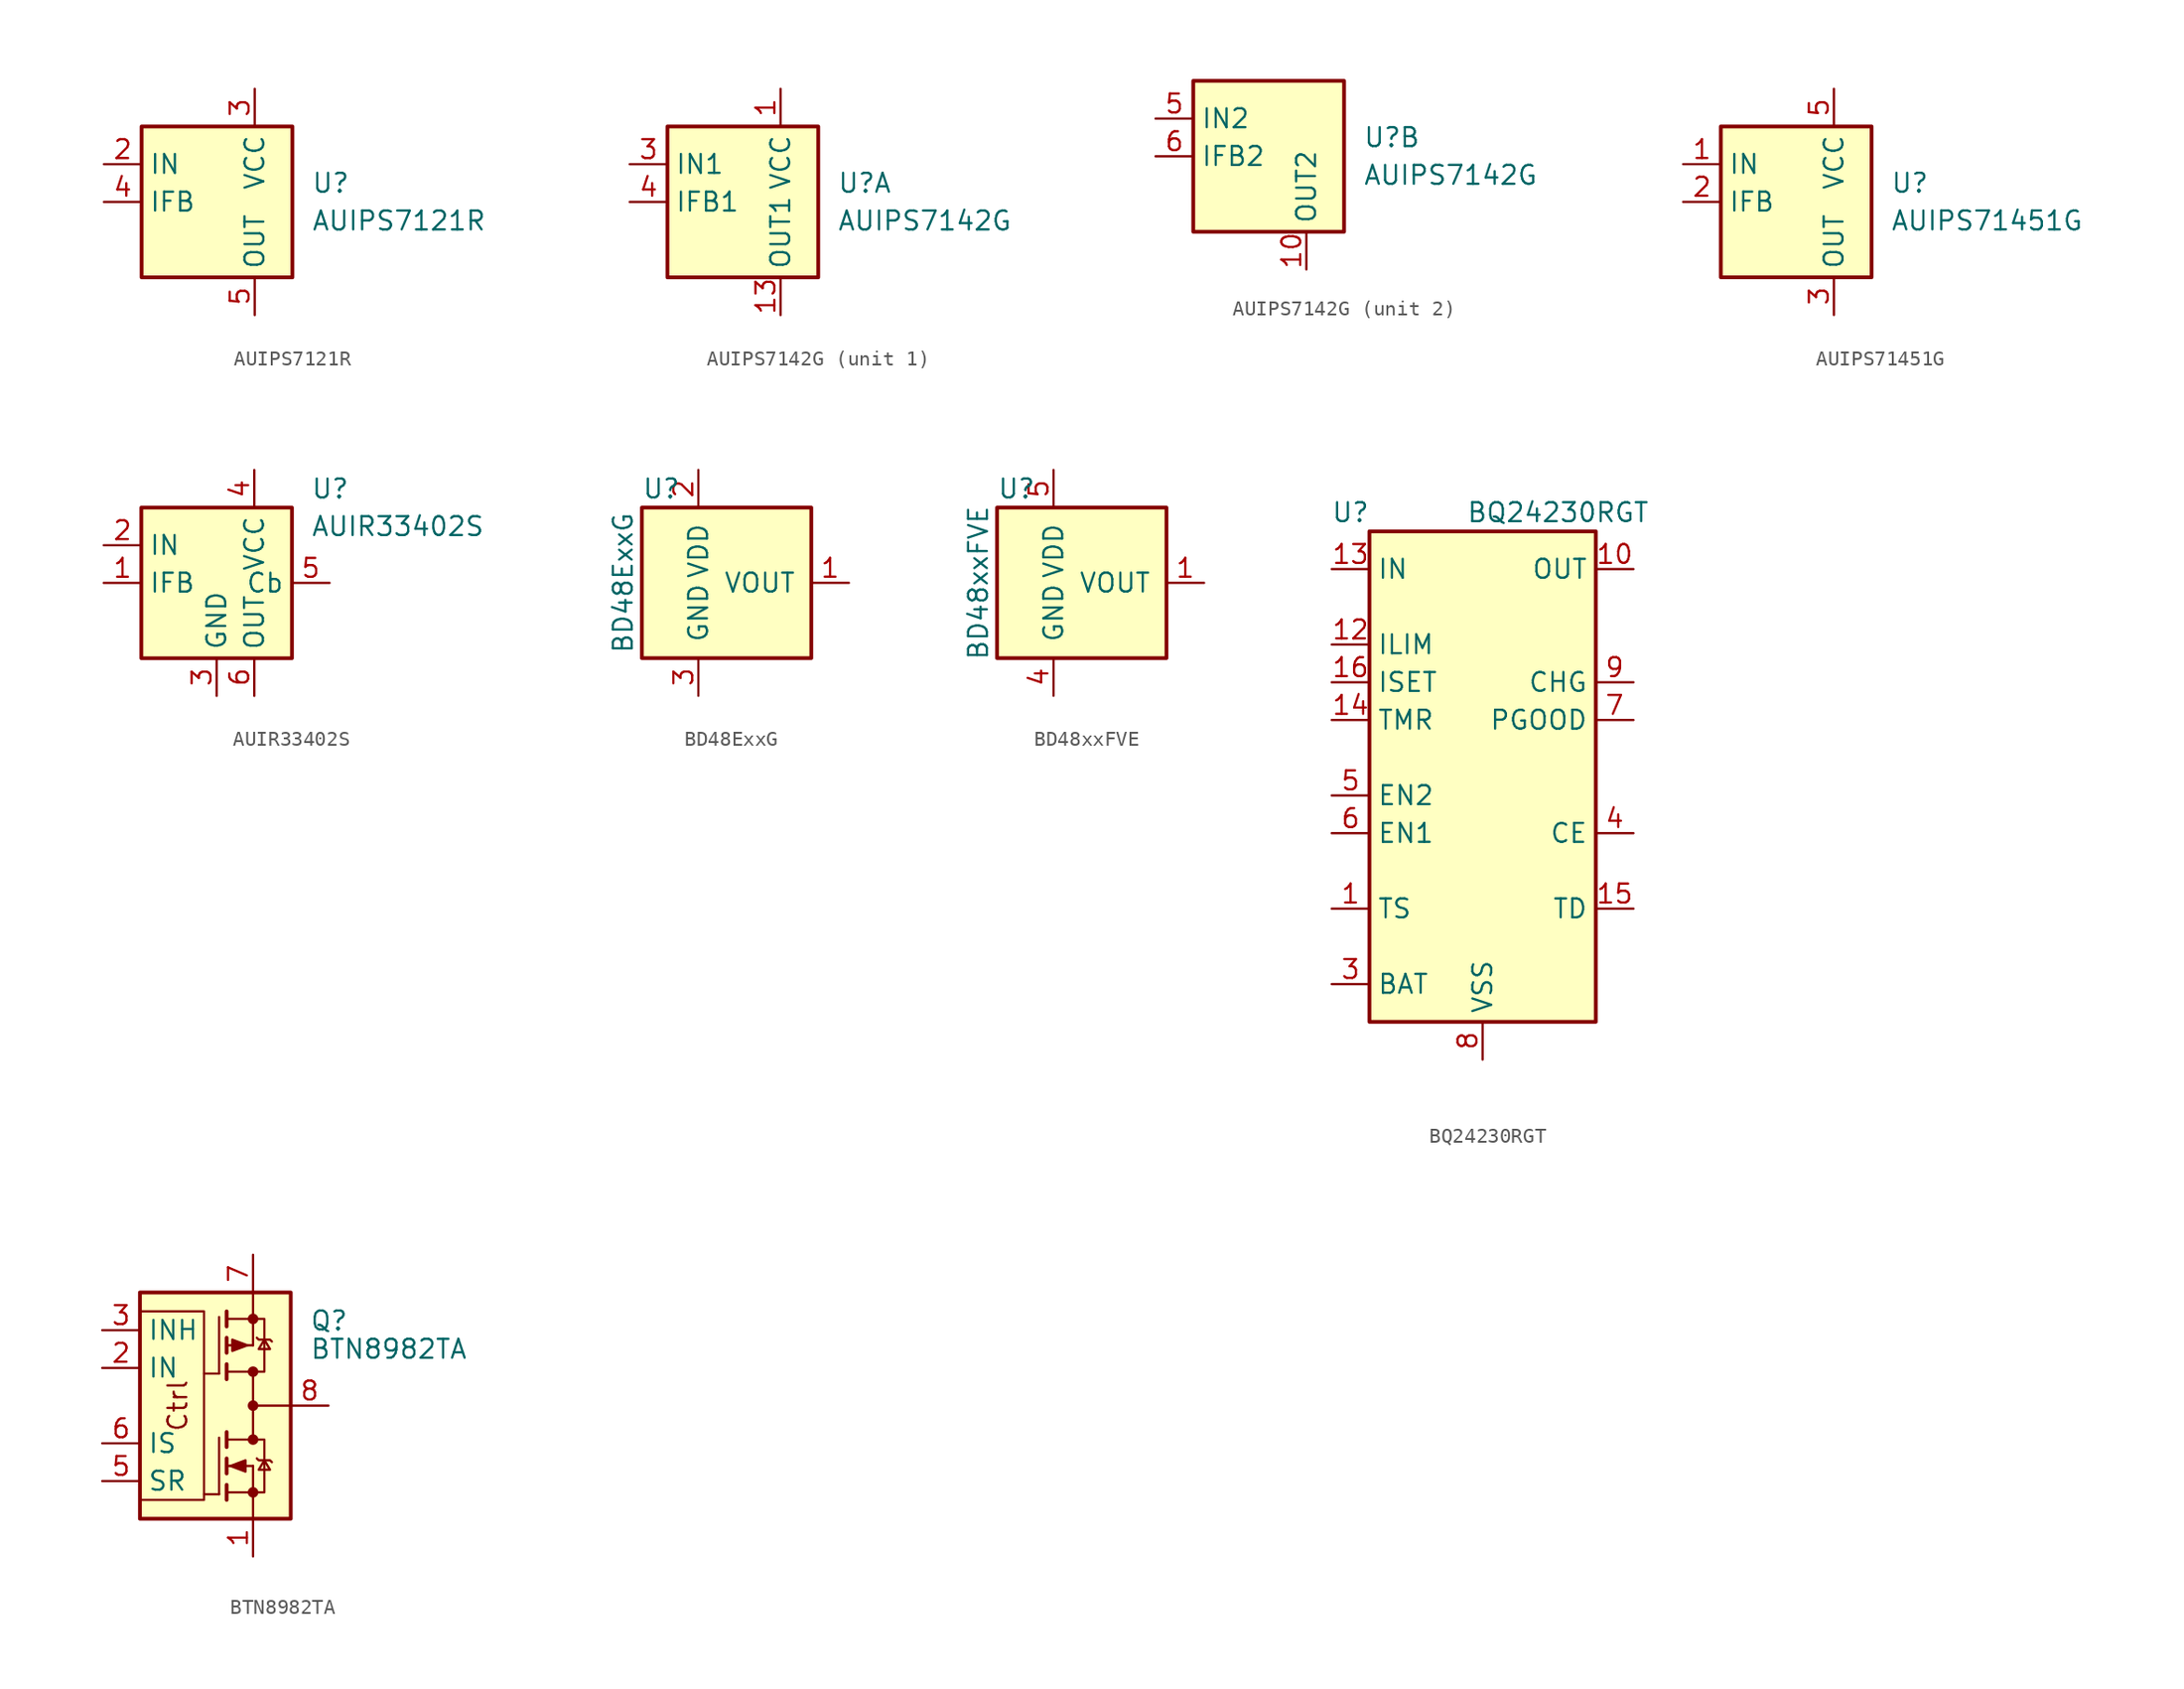
<source format=kicad_sym>
(kicad_symbol_lib
  (version 20241209)
  (generator "kicad_symbol_editor")
  (generator_version "9.0")
  (symbol "AUIPS7121R"
    (property "Reference" "U"
      (at 3.81 1.27 0)
      (effects (font (size 1.27 1.27)) (justify left)))
    (property "Value" "AUIPS7121R"
      (at 3.81 -1.27 0)
      (effects (font (size 1.27 1.27)) (justify left)))
    (symbol "AUIPS7121R_0_1"
      (rectangle (start -7.62 5.08) (end 2.54 -5.08) (stroke (width 0.254) (type default)) (fill (type background))))
    (symbol "AUIPS7121R_1_1"
      (pin input line (at -10.16 2.54 0) (length 2.54) (name "IN" (effects (font (size 1.27 1.27)))) (number "2" (effects (font (size 1.27 1.27)))))
      (pin output line (at -10.16 0 0) (length 2.54) (name "IFB" (effects (font (size 1.27 1.27)))) (number "4" (effects (font (size 1.27 1.27)))))
      (pin no_connect line (at -7.62 -2.54 0) (length 2.54) (hide yes) (name "NC" (effects (font (size 1.27 1.27)))) (number "1" (effects (font (size 1.27 1.27)))))
      (pin power_in line (at 0 7.62 270) (length 2.54) (name "VCC" (effects (font (size 1.27 1.27)))) (number "3" (effects (font (size 1.27 1.27)))))
      (pin power_out line (at 0 -7.62 90) (length 2.54) (name "OUT" (effects (font (size 1.27 1.27)))) (number "5" (effects (font (size 1.27 1.27)))))))
  (symbol "AUIPS7142G"
    (property "Reference" "U"
      (at 3.81 1.27 0)
      (effects (font (size 1.27 1.27)) (justify left)))
    (property "Value" "AUIPS7142G"
      (at 3.81 -1.27 0)
      (effects (font (size 1.27 1.27)) (justify left)))
    (symbol "AUIPS7142G_0_1"
      (rectangle (start -7.62 5.08) (end 2.54 -5.08) (stroke (width 0.254) (type default)) (fill (type background))))
    (symbol "AUIPS7142G_1_1"
      (pin input line (at -10.16 2.54 0) (length 2.54) (name "IN1" (effects (font (size 1.27 1.27)))) (number "3" (effects (font (size 1.27 1.27)))))
      (pin output line (at -10.16 0 0) (length 2.54) (name "IFB1" (effects (font (size 1.27 1.27)))) (number "4" (effects (font (size 1.27 1.27)))))
      (pin power_in line (at 0 7.62 270) (length 2.54) (name "VCC" (effects (font (size 1.27 1.27)))) (number "1" (effects (font (size 1.27 1.27)))))
      (pin passive line (at 0 7.62 270) (length 2.54) (hide yes) (name "VCC" (effects (font (size 1.27 1.27)))) (number "16" (effects (font (size 1.27 1.27)))))
      (pin passive line (at 0 7.62 270) (length 2.54) (hide yes) (name "VCC" (effects (font (size 1.27 1.27)))) (number "2" (effects (font (size 1.27 1.27)))))
      (pin passive line (at 0 7.62 270) (length 2.54) (hide yes) (name "VCC" (effects (font (size 1.27 1.27)))) (number "7" (effects (font (size 1.27 1.27)))))
      (pin passive line (at 0 7.62 270) (length 2.54) (hide yes) (name "VCC" (effects (font (size 1.27 1.27)))) (number "8" (effects (font (size 1.27 1.27)))))
      (pin passive line (at 0 7.62 270) (length 2.54) (hide yes) (name "VCC" (effects (font (size 1.27 1.27)))) (number "9" (effects (font (size 1.27 1.27)))))
      (pin power_out line (at 0 -7.62 90) (length 2.54) (name "OUT1" (effects (font (size 1.27 1.27)))) (number "13" (effects (font (size 1.27 1.27)))))
      (pin passive line (at 0 -7.62 90) (length 2.54) (hide yes) (name "OUT1" (effects (font (size 1.27 1.27)))) (number "14" (effects (font (size 1.27 1.27)))))
      (pin passive line (at 0 -7.62 90) (length 2.54) (hide yes) (name "OUT1" (effects (font (size 1.27 1.27)))) (number "15" (effects (font (size 1.27 1.27))))))
    (symbol "AUIPS7142G_2_1"
      (pin input line (at -10.16 2.54 0) (length 2.54) (name "IN2" (effects (font (size 1.27 1.27)))) (number "5" (effects (font (size 1.27 1.27)))))
      (pin output line (at -10.16 0 0) (length 2.54) (name "IFB2" (effects (font (size 1.27 1.27)))) (number "6" (effects (font (size 1.27 1.27)))))
      (pin power_out line (at 0 -7.62 90) (length 2.54) (name "OUT2" (effects (font (size 1.27 1.27)))) (number "10" (effects (font (size 1.27 1.27)))))
      (pin passive line (at 0 -7.62 90) (length 2.54) (hide yes) (name "OUT2" (effects (font (size 1.27 1.27)))) (number "11" (effects (font (size 1.27 1.27)))))
      (pin passive line (at 0 -7.62 90) (length 2.54) (hide yes) (name "OUT2" (effects (font (size 1.27 1.27)))) (number "12" (effects (font (size 1.27 1.27)))))))
  (symbol "AUIPS71451G"
    (property "Reference" "U"
      (at 3.81 1.27 0)
      (effects (font (size 1.27 1.27)) (justify left)))
    (property "Value" "AUIPS71451G"
      (at 3.81 -1.27 0)
      (effects (font (size 1.27 1.27)) (justify left)))
    (symbol "AUIPS71451G_0_1"
      (rectangle (start -7.62 5.08) (end 2.54 -5.08) (stroke (width 0.254) (type default)) (fill (type background))))
    (symbol "AUIPS71451G_1_1"
      (pin input line (at -10.16 2.54 0) (length 2.54) (name "IN" (effects (font (size 1.27 1.27)))) (number "1" (effects (font (size 1.27 1.27)))))
      (pin output line (at -10.16 0 0) (length 2.54) (name "IFB" (effects (font (size 1.27 1.27)))) (number "2" (effects (font (size 1.27 1.27)))))
      (pin power_in line (at 0 7.62 270) (length 2.54) (name "VCC" (effects (font (size 1.27 1.27)))) (number "5" (effects (font (size 1.27 1.27)))))
      (pin passive line (at 0 7.62 270) (length 2.54) (hide yes) (name "VCC" (effects (font (size 1.27 1.27)))) (number "6" (effects (font (size 1.27 1.27)))))
      (pin passive line (at 0 7.62 270) (length 2.54) (hide yes) (name "VCC" (effects (font (size 1.27 1.27)))) (number "7" (effects (font (size 1.27 1.27)))))
      (pin passive line (at 0 7.62 270) (length 2.54) (hide yes) (name "VCC" (effects (font (size 1.27 1.27)))) (number "8" (effects (font (size 1.27 1.27)))))
      (pin power_out line (at 0 -7.62 90) (length 2.54) (name "OUT" (effects (font (size 1.27 1.27)))) (number "3" (effects (font (size 1.27 1.27)))))
      (pin passive line (at 0 -7.62 90) (length 2.54) (hide yes) (name "OUT" (effects (font (size 1.27 1.27)))) (number "4" (effects (font (size 1.27 1.27)))))))
  (symbol "AUIR33402S"
    (property "Reference" "U"
      (at 3.81 6.35 0)
      (effects (font (size 1.27 1.27)) (justify left)))
    (property "Value" "AUIR33402S"
      (at 3.81 3.81 0)
      (effects (font (size 1.27 1.27)) (justify left)))
    (symbol "AUIR33402S_0_1"
      (rectangle (start -7.62 5.08) (end 2.54 -5.08) (stroke (width 0.254) (type default)) (fill (type background))))
    (symbol "AUIR33402S_1_1"
      (pin input line (at -10.16 2.54 0) (length 2.54) (name "IN" (effects (font (size 1.27 1.27)))) (number "2" (effects (font (size 1.27 1.27)))))
      (pin output line (at -10.16 0 0) (length 2.54) (name "IFB" (effects (font (size 1.27 1.27)))) (number "1" (effects (font (size 1.27 1.27)))))
      (pin power_in line (at -2.54 -7.62 90) (length 2.54) (name "GND" (effects (font (size 1.27 1.27)))) (number "3" (effects (font (size 1.27 1.27)))))
      (pin power_in line (at 0 7.62 270) (length 2.54) (name "VCC" (effects (font (size 1.27 1.27)))) (number "4" (effects (font (size 1.27 1.27)))))
      (pin power_out line (at 0 -7.62 90) (length 2.54) (name "OUT" (effects (font (size 1.27 1.27)))) (number "6" (effects (font (size 1.27 1.27)))))
      (pin passive line (at 0 -7.62 90) (length 2.54) (hide yes) (name "OUT" (effects (font (size 1.27 1.27)))) (number "7" (effects (font (size 1.27 1.27)))))
      (pin passive line (at 5.08 0 180) (length 2.54) (name "Cb" (effects (font (size 1.27 1.27)))) (number "5" (effects (font (size 1.27 1.27)))))))
  (symbol "BD48ExxG"
    (pin_names
      (offset 1.016))
    (property "Reference" "U"
      (at -3.81 6.35 0)
      (effects (font (size 1.27 1.27)) (justify left)))
    (property "Value" "BD48ExxG"
      (at -5.08 0 90)
      (effects (font (size 1.27 1.27))))
    (symbol "BD48ExxG_1_1"
      (rectangle (start -3.81 5.08) (end 7.62 -5.08) (stroke (width 0.254) (type default)) (fill (type background)))
      (pin power_in line (at 0 7.62 270) (length 2.54) (name "VDD" (effects (font (size 1.27 1.27)))) (number "2" (effects (font (size 1.27 1.27)))))
      (pin power_in line (at 0 -7.62 90) (length 2.54) (name "GND" (effects (font (size 1.27 1.27)))) (number "3" (effects (font (size 1.27 1.27)))))
      (pin output line (at 10.16 0 180) (length 2.54) (name "VOUT" (effects (font (size 1.27 1.27)))) (number "1" (effects (font (size 1.27 1.27)))))))
  (symbol "BD48xxFVE"
    (pin_names
      (offset 1.016))
    (property "Reference" "U"
      (at -3.81 6.35 0)
      (effects (font (size 1.27 1.27)) (justify left)))
    (property "Value" "BD48xxFVE"
      (at -5.08 0 90)
      (effects (font (size 1.27 1.27))))
    (symbol "BD48xxFVE_1_1"
      (rectangle (start -3.81 5.08) (end 7.62 -5.08) (stroke (width 0.254) (type default)) (fill (type background)))
      (pin power_in line (at 0 7.62 270) (length 2.54) (name "VDD" (effects (font (size 1.27 1.27)))) (number "5" (effects (font (size 1.27 1.27)))))
      (pin passive line (at 0 -7.62 90) (length 2.54) (hide yes) (name "GND" (effects (font (size 1.27 1.27)))) (number "2" (effects (font (size 1.27 1.27)))))
      (pin power_in line (at 0 -7.62 90) (length 2.54) (name "GND" (effects (font (size 1.27 1.27)))) (number "4" (effects (font (size 1.27 1.27)))))
      (pin output line (at 10.16 0 180) (length 2.54) (name "VOUT" (effects (font (size 1.27 1.27)))) (number "1" (effects (font (size 1.27 1.27)))))))
  (symbol "BQ24230RGT"
    (property "Reference" "U"
      (at -8.89 19.05 0)
      (effects (font (size 1.27 1.27))))
    (property "Value" "BQ24230RGT"
      (at 5.08 19.05 0)
      (effects (font (size 1.27 1.27))))
    (symbol "BQ24230RGT_0_1"
      (rectangle (start -7.62 17.78) (end 7.62 -15.24) (stroke (width 0.254) (type default)) (fill (type background))))
    (symbol "BQ24230RGT_1_1"
      (pin power_in line (at -10.16 15.24 0) (length 2.54) (name "IN" (effects (font (size 1.27 1.27)))) (number "13" (effects (font (size 1.27 1.27)))))
      (pin passive line (at -10.16 10.16 0) (length 2.54) (name "ILIM" (effects (font (size 1.27 1.27)))) (number "12" (effects (font (size 1.27 1.27)))))
      (pin passive line (at -10.16 7.62 0) (length 2.54) (name "ISET" (effects (font (size 1.27 1.27)))) (number "16" (effects (font (size 1.27 1.27)))))
      (pin passive line (at -10.16 5.08 0) (length 2.54) (name "TMR" (effects (font (size 1.27 1.27)))) (number "14" (effects (font (size 1.27 1.27)))))
      (pin input line (at -10.16 0 0) (length 2.54) (name "EN2" (effects (font (size 1.27 1.27)))) (number "5" (effects (font (size 1.27 1.27)))))
      (pin input line (at -10.16 -2.54 0) (length 2.54) (name "EN1" (effects (font (size 1.27 1.27)))) (number "6" (effects (font (size 1.27 1.27)))))
      (pin passive line (at -10.16 -7.62 0) (length 2.54) (name "TS" (effects (font (size 1.27 1.27)))) (number "1" (effects (font (size 1.27 1.27)))))
      (pin bidirectional line (at -10.16 -12.7 0) (length 2.54) (hide yes) (name "BAT" (effects (font (size 1.27 1.27)))) (number "2" (effects (font (size 1.27 1.27)))))
      (pin bidirectional line (at -10.16 -12.7 0) (length 2.54) (name "BAT" (effects (font (size 1.27 1.27)))) (number "3" (effects (font (size 1.27 1.27)))))
      (pin passive line (at 0 -17.78 90) (length 2.54) (hide yes) (name "VSS" (effects (font (size 1.27 1.27)))) (number "17" (effects (font (size 1.27 1.27)))))
      (pin power_in line (at 0 -17.78 90) (length 2.54) (name "VSS" (effects (font (size 1.27 1.27)))) (number "8" (effects (font (size 1.27 1.27)))))
      (pin power_out line (at 10.16 15.24 180) (length 2.54) (name "OUT" (effects (font (size 1.27 1.27)))) (number "10" (effects (font (size 1.27 1.27)))))
      (pin passive line (at 10.16 15.24 180) (length 2.54) (hide yes) (name "OUT" (effects (font (size 1.27 1.27)))) (number "11" (effects (font (size 1.27 1.27)))))
      (pin open_collector line (at 10.16 7.62 180) (length 2.54) (name "CHG" (effects (font (size 1.27 1.27)))) (number "9" (effects (font (size 1.27 1.27)))))
      (pin open_collector line (at 10.16 5.08 180) (length 2.54) (name "PGOOD" (effects (font (size 1.27 1.27)))) (number "7" (effects (font (size 1.27 1.27)))))
      (pin input line (at 10.16 -2.54 180) (length 2.54) (name "CE" (effects (font (size 1.27 1.27)))) (number "4" (effects (font (size 1.27 1.27)))))
      (pin input line (at 10.16 -7.62 180) (length 2.54) (name "TD" (effects (font (size 1.27 1.27)))) (number "15" (effects (font (size 1.27 1.27)))))))
  (symbol "BTN8982TA"
    (property "Reference" "Q"
      (at 6.35 5.715 0)
      (effects (font (size 1.27 1.27)) (justify left)))
    (property "Value" "BTN8982TA"
      (at 6.35 3.81 0)
      (effects (font (size 1.27 1.27)) (justify left)))
    (symbol "BTN8982TA_0_1"
      (rectangle (start -5.08 7.62) (end 5.08 -7.62) (stroke (width 0.254) (type default)) (fill (type background)))
      (polyline (pts (xy -5.08 6.35) (xy -0.762 6.35) (xy -0.762 -6.35) (xy -5.08 -6.35)) (stroke (width 0) (type default)) (fill (type none)))
      (polyline (pts (xy 0.254 2.159) (xy -0.762 2.159)) (stroke (width 0) (type default)) (fill (type none)))
      (polyline (pts (xy 0.254 -5.969) (xy -0.762 -5.969)) (stroke (width 0) (type default)) (fill (type none)))
      (polyline (pts (xy 2.54 2.286) (xy 2.54 -2.286)) (stroke (width 0) (type default)) (fill (type none)))
      (polyline (pts (xy 2.54 0) (xy 5.08 0)) (stroke (width 0) (type default)) (fill (type none)))
      (polyline (pts (xy 2.54 -5.842) (xy 2.54 -7.62) (xy 2.54 -6.858)) (stroke (width 0) (type default)) (fill (type none))))
    (symbol "BTN8982TA_1_0"
      (text "Ctrl" (at -2.54 0 900) (effects (font (size 1.27 1.27)))))
    (symbol "BTN8982TA_1_1"
      (polyline (pts (xy 0.254 5.969) (xy 0.254 2.159) (xy 0.254 2.159)) (stroke (width 0) (type default)) (fill (type none)))
      (polyline (pts (xy 0.254 -2.159) (xy 0.254 -5.969) (xy 0.254 -5.969)) (stroke (width 0) (type default)) (fill (type none)))
      (polyline (pts (xy 0.762 6.35) (xy 0.762 5.334)) (stroke (width 0.254) (type default)) (fill (type none)))
      (polyline (pts (xy 0.762 5.842) (xy 2.54 5.842)) (stroke (width 0) (type default)) (fill (type none)))
      (polyline (pts (xy 0.762 4.572) (xy 0.762 3.556)) (stroke (width 0.254) (type default)) (fill (type none)))
      (polyline (pts (xy 0.762 4.064) (xy 2.54 4.064)) (stroke (width 0) (type default)) (fill (type none)))
      (polyline (pts (xy 0.762 2.794) (xy 0.762 1.778)) (stroke (width 0.254) (type default)) (fill (type none)))
      (polyline (pts (xy 0.762 2.286) (xy 2.54 2.286)) (stroke (width 0) (type default)) (fill (type none)))
      (polyline (pts (xy 0.762 -1.778) (xy 0.762 -2.794)) (stroke (width 0.254) (type default)) (fill (type none)))
      (polyline (pts (xy 0.762 -2.286) (xy 2.54 -2.286)) (stroke (width 0) (type default)) (fill (type none)))
      (polyline (pts (xy 0.762 -3.556) (xy 0.762 -4.572)) (stroke (width 0.254) (type default)) (fill (type none)))
      (polyline (pts (xy 0.762 -4.064) (xy 2.54 -4.064)) (stroke (width 0) (type default)) (fill (type none)))
      (polyline (pts (xy 0.762 -5.334) (xy 0.762 -6.35)) (stroke (width 0.254) (type default)) (fill (type none)))
      (polyline (pts (xy 0.762 -5.842) (xy 2.54 -5.842)) (stroke (width 0) (type default)) (fill (type none)))
      (polyline (pts (xy 1.016 -4.064) (xy 2.032 -3.683) (xy 2.032 -4.445) (xy 1.016 -4.064)) (stroke (width 0) (type default)) (fill (type outline)))
      (polyline (pts (xy 2.159 4.064) (xy 1.143 3.683) (xy 1.143 4.445) (xy 2.159 4.064)) (stroke (width 0) (type default)) (fill (type outline)))
      (polyline (pts (xy 2.54 7.62) (xy 2.54 5.842)) (stroke (width 0) (type default)) (fill (type none)))
      (circle (center 2.54 5.842) (radius 0.279) (stroke (width 0) (type default)) (fill (type outline)))
      (polyline (pts (xy 2.54 4.064) (xy 2.54 5.842)) (stroke (width 0) (type default)) (fill (type none)))
      (polyline (pts (xy 2.54 2.286) (xy 3.302 2.286) (xy 3.302 5.842) (xy 2.54 5.842)) (stroke (width 0) (type default)) (fill (type none)))
      (circle (center 2.54 2.286) (radius 0.279) (stroke (width 0) (type default)) (fill (type outline)))
      (circle (center 2.54 0) (radius 0.279) (stroke (width 0) (type default)) (fill (type outline)))
      (circle (center 2.54 -2.286) (radius 0.279) (stroke (width 0) (type default)) (fill (type outline)))
      (polyline (pts (xy 2.54 -5.842) (xy 2.54 -4.064)) (stroke (width 0) (type default)) (fill (type none)))
      (polyline (pts (xy 2.54 -5.842) (xy 3.302 -5.842) (xy 3.302 -2.286) (xy 2.54 -2.286)) (stroke (width 0) (type default)) (fill (type none)))
      (circle (center 2.54 -5.842) (radius 0.279) (stroke (width 0) (type default)) (fill (type outline)))
      (polyline (pts (xy 2.794 4.572) (xy 2.921 4.445) (xy 3.683 4.445) (xy 3.81 4.318)) (stroke (width 0) (type default)) (fill (type none)))
      (polyline (pts (xy 2.794 -3.556) (xy 2.921 -3.683) (xy 3.683 -3.683) (xy 3.81 -3.81)) (stroke (width 0) (type default)) (fill (type none)))
      (polyline (pts (xy 3.302 4.445) (xy 2.921 3.81) (xy 3.683 3.81) (xy 3.302 4.445)) (stroke (width 0) (type default)) (fill (type none)))
      (polyline (pts (xy 3.302 -3.683) (xy 2.921 -4.318) (xy 3.683 -4.318) (xy 3.302 -3.683)) (stroke (width 0) (type default)) (fill (type none)))
      (pin input line (at -7.62 5.08 0) (length 2.54) (name "INH" (effects (font (size 1.27 1.27)))) (number "3" (effects (font (size 1.27 1.27)))))
      (pin input line (at -7.62 2.54 0) (length 2.54) (name "IN" (effects (font (size 1.27 1.27)))) (number "2" (effects (font (size 1.27 1.27)))))
      (pin output line (at -7.62 -2.54 0) (length 2.54) (name "IS" (effects (font (size 1.27 1.27)))) (number "6" (effects (font (size 1.27 1.27)))))
      (pin input line (at -7.62 -5.08 0) (length 2.54) (name "SR" (effects (font (size 1.27 1.27)))) (number "5" (effects (font (size 1.27 1.27)))))
      (pin power_in line (at 2.54 10.16 270) (length 2.54) (name "~" (effects (font (size 1.27 1.27)))) (number "7" (effects (font (size 1.27 1.27)))))
      (pin power_in line (at 2.54 -10.16 90) (length 2.54) (name "~" (effects (font (size 1.27 1.27)))) (number "1" (effects (font (size 1.27 1.27)))))
      (pin passive line (at 7.62 0 180) (length 2.54) (hide yes) (name "~" (effects (font (size 1.27 1.27)))) (number "4" (effects (font (size 1.27 1.27)))))
      (pin passive line (at 7.62 0 180) (length 2.54) (name "~" (effects (font (size 1.27 1.27)))) (number "8" (effects (font (size 1.27 1.27))))))))
</source>
